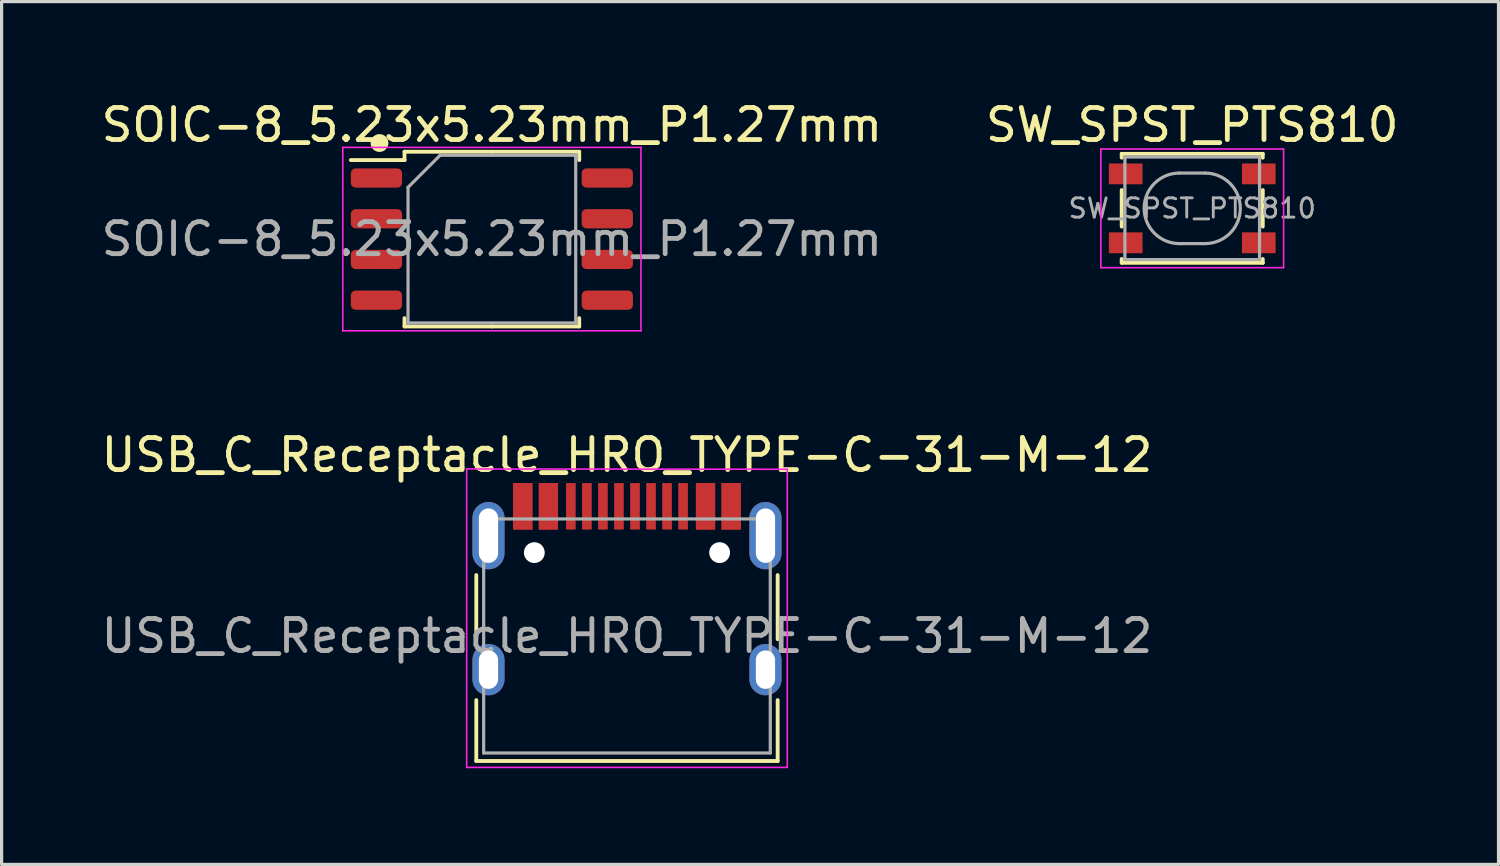
<source format=kicad_pcb>
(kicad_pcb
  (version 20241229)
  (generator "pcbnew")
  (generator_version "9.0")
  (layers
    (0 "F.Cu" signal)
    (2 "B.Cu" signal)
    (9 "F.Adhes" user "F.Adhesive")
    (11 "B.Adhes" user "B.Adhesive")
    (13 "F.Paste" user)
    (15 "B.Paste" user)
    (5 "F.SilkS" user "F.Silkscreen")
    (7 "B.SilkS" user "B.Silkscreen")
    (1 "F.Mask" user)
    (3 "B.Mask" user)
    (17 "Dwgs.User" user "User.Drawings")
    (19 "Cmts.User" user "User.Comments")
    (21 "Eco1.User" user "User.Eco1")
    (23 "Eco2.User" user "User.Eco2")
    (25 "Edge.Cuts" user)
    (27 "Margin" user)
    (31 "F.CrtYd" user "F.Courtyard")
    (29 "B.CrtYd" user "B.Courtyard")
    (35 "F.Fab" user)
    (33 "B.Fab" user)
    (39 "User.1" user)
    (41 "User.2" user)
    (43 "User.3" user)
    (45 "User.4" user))
  (footprint "SOIC-8_5.23x5.23mm_P1.27mm"
    (layer "F.Cu")
    (at 12.292 4.408)
    (property "Reference" "SOIC-8_5.23x5.23mm_P1.27mm" (at 0 -3.56 0) (layer "F.SilkS") (effects (font (size 1 1) (thickness 0.15))))
    (attr smd)
    (fp_line (start -2.725 -2.725) (end -2.725 -2.465) (stroke (width 0.12) (type solid)) (layer "F.SilkS"))
    (fp_line (start -2.725 -2.465) (end -4.4 -2.465) (stroke (width 0.12) (type solid)) (layer "F.SilkS"))
    (fp_line (start -2.725 2.725) (end -2.725 2.465) (stroke (width 0.12) (type solid)) (layer "F.SilkS"))
    (fp_line (start 0 -2.725) (end -2.725 -2.725) (stroke (width 0.12) (type solid)) (layer "F.SilkS"))
    (fp_line (start 0 -2.725) (end 2.725 -2.725) (stroke (width 0.12) (type solid)) (layer "F.SilkS"))
    (fp_line (start 0 2.725) (end -2.725 2.725) (stroke (width 0.12) (type solid)) (layer "F.SilkS"))
    (fp_line (start 0 2.725) (end 2.725 2.725) (stroke (width 0.12) (type solid)) (layer "F.SilkS"))
    (fp_line (start 2.725 -2.725) (end 2.725 -2.465) (stroke (width 0.12) (type solid)) (layer "F.SilkS"))
    (fp_line (start 2.725 2.725) (end 2.725 2.465) (stroke (width 0.12) (type solid)) (layer "F.SilkS"))
    (fp_circle (center -3.505 -2.997) (end -3.287 -2.997) (stroke (width 0.12) (type solid)) (fill yes) (layer "F.SilkS"))
    (fp_line (start -4.65 -2.86) (end -4.65 2.86) (stroke (width 0.05) (type solid)) (layer "F.CrtYd"))
    (fp_line (start -4.65 2.86) (end 4.65 2.86) (stroke (width 0.05) (type solid)) (layer "F.CrtYd"))
    (fp_line (start 4.65 -2.86) (end -4.65 -2.86) (stroke (width 0.05) (type solid)) (layer "F.CrtYd"))
    (fp_line (start 4.65 2.86) (end 4.65 -2.86) (stroke (width 0.05) (type solid)) (layer "F.CrtYd"))
    (fp_line (start -2.615 -1.615) (end -1.615 -2.615) (stroke (width 0.1) (type solid)) (layer "F.Fab"))
    (fp_line (start -2.615 2.615) (end -2.615 -1.615) (stroke (width 0.1) (type solid)) (layer "F.Fab"))
    (fp_line (start -1.615 -2.615) (end 2.615 -2.615) (stroke (width 0.1) (type solid)) (layer "F.Fab"))
    (fp_line (start 2.615 -2.615) (end 2.615 2.615) (stroke (width 0.1) (type solid)) (layer "F.Fab"))
    (fp_line (start 2.615 2.615) (end -2.615 2.615) (stroke (width 0.1) (type solid)) (layer "F.Fab"))
    (fp_text user "${REFERENCE}" (at 0 0 0) (layer "F.Fab") (effects (font (size 1 1) (thickness 0.15))))
    (pad "1" smd roundrect (at -3.6 -1.905) (size 1.6 0.6) (layers "F.Cu" "F.Mask" "F.Paste") (roundrect_rratio 0.25))
    (pad "2" smd roundrect (at -3.6 -0.635) (size 1.6 0.6) (layers "F.Cu" "F.Mask" "F.Paste") (roundrect_rratio 0.25))
    (pad "3" smd roundrect (at -3.6 0.635) (size 1.6 0.6) (layers "F.Cu" "F.Mask" "F.Paste") (roundrect_rratio 0.25))
    (pad "4" smd roundrect (at -3.6 1.905) (size 1.6 0.6) (layers "F.Cu" "F.Mask" "F.Paste") (roundrect_rratio 0.25))
    (pad "5" smd roundrect (at 3.6 1.905) (size 1.6 0.6) (layers "F.Cu" "F.Mask" "F.Paste") (roundrect_rratio 0.25))
    (pad "6" smd roundrect (at 3.6 0.635) (size 1.6 0.6) (layers "F.Cu" "F.Mask" "F.Paste") (roundrect_rratio 0.25))
    (pad "7" smd roundrect (at 3.6 -0.635) (size 1.6 0.6) (layers "F.Cu" "F.Mask" "F.Paste") (roundrect_rratio 0.25))
    (pad "8" smd roundrect (at 3.6 -1.905) (size 1.6 0.6) (layers "F.Cu" "F.Mask" "F.Paste") (roundrect_rratio 0.25)))
  (footprint "USB_C_Receptacle_HRO_TYPE-C-31-M-12"
    (layer "F.Cu")
    (at 16.506 16.787)
    (property "Reference" "USB_C_Receptacle_HRO_TYPE-C-31-M-12" (at 0 -5.645 0) (layer "F.SilkS") (effects (font (size 1 1) (thickness 0.15))))
    (attr smd)
    (fp_line (start -4.7 -1.9) (end -4.7 0.1) (stroke (width 0.12) (type solid)) (layer "F.SilkS"))
    (fp_line (start -4.7 2) (end -4.7 3.9) (stroke (width 0.12) (type solid)) (layer "F.SilkS"))
    (fp_line (start -4.7 3.9) (end 4.7 3.9) (stroke (width 0.12) (type solid)) (layer "F.SilkS"))
    (fp_line (start 4.7 -1.9) (end 4.7 0.1) (stroke (width 0.12) (type solid)) (layer "F.SilkS"))
    (fp_line (start 4.7 2) (end 4.7 3.9) (stroke (width 0.12) (type solid)) (layer "F.SilkS"))
    (fp_line (start -5 -5.21) (end -5 4.1) (stroke (width 0.05) (type solid)) (layer "F.CrtYd"))
    (fp_line (start -5 -5.21) (end 5 -5.2) (stroke (width 0.05) (type solid)) (layer "F.CrtYd"))
    (fp_line (start -5 4.1) (end 5 4.1) (stroke (width 0.05) (type solid)) (layer "F.CrtYd"))
    (fp_line (start 5 -5.2) (end 5 4.1) (stroke (width 0.05) (type solid)) (layer "F.CrtYd"))
    (fp_line (start -4.47 -3.65) (end -4.47 3.65) (stroke (width 0.1) (type solid)) (layer "F.Fab"))
    (fp_line (start -4.47 -3.65) (end 4.47 -3.65) (stroke (width 0.1) (type solid)) (layer "F.Fab"))
    (fp_line (start -4.47 3.65) (end 4.47 3.65) (stroke (width 0.1) (type solid)) (layer "F.Fab"))
    (fp_line (start 4.47 -3.65) (end 4.47 3.65) (stroke (width 0.1) (type solid)) (layer "F.Fab"))
    (fp_text user "${REFERENCE}" (at 0 0 0) (layer "F.Fab") (effects (font (size 1 1) (thickness 0.15))))
    (pad "" np_thru_hole circle (at -2.89 -2.6) (size 0.65 0.65) (drill 0.65) (layers "*.Cu" "*.Mask"))
    (pad "" np_thru_hole circle (at 2.89 -2.6) (size 0.65 0.65) (drill 0.65) (layers "*.Cu" "*.Mask"))
    (pad "A1" smd rect (at -3.25 -4.045) (size 0.6 1.45) (layers "F.Cu" "F.Mask" "F.Paste"))
    (pad "A4" smd rect (at -2.45 -4.045) (size 0.6 1.45) (layers "F.Cu" "F.Mask" "F.Paste"))
    (pad "A5" smd rect (at -1.25 -4.045) (size 0.3 1.45) (layers "F.Cu" "F.Mask" "F.Paste"))
    (pad "A6" smd rect (at -0.25 -4.045) (size 0.3 1.45) (layers "F.Cu" "F.Mask" "F.Paste"))
    (pad "A7" smd rect (at 0.25 -4.045) (size 0.3 1.45) (layers "F.Cu" "F.Mask" "F.Paste"))
    (pad "A8" smd rect (at 1.25 -4.045) (size 0.3 1.45) (layers "F.Cu" "F.Mask" "F.Paste"))
    (pad "A9" smd rect (at 2.45 -4.045) (size 0.6 1.45) (layers "F.Cu" "F.Mask" "F.Paste"))
    (pad "A12" smd rect (at 3.25 -4.045) (size 0.6 1.45) (layers "F.Cu" "F.Mask" "F.Paste"))
    (pad "B1" smd rect (at 3.25 -4.045) (size 0.6 1.45) (layers "F.Cu" "F.Mask" "F.Paste"))
    (pad "B4" smd rect (at 2.45 -4.045) (size 0.6 1.45) (layers "F.Cu" "F.Mask" "F.Paste"))
    (pad "B5" smd rect (at 1.75 -4.045) (size 0.3 1.45) (layers "F.Cu" "F.Mask" "F.Paste"))
    (pad "B6" smd rect (at 0.75 -4.045) (size 0.3 1.45) (layers "F.Cu" "F.Mask" "F.Paste"))
    (pad "B7" smd rect (at -0.75 -4.045) (size 0.3 1.45) (layers "F.Cu" "F.Mask" "F.Paste"))
    (pad "B8" smd rect (at -1.75 -4.045) (size 0.3 1.45) (layers "F.Cu" "F.Mask" "F.Paste"))
    (pad "B9" smd rect (at -2.45 -4.045) (size 0.6 1.45) (layers "F.Cu" "F.Mask" "F.Paste"))
    (pad "B12" smd rect (at -3.25 -4.045) (size 0.6 1.45) (layers "F.Cu" "F.Mask" "F.Paste"))
    (pad "S1" thru_hole oval (at -4.32 -3.13) (size 1 2.1) (drill oval 0.6 1.7) (layers "*.Cu" "*.Mask"))
    (pad "S1" thru_hole oval (at -4.32 1.05) (size 1 1.6) (drill oval 0.6 1.2) (layers "*.Cu" "*.Mask"))
    (pad "S1" thru_hole oval (at 4.32 -3.13) (size 1 2.1) (drill oval 0.6 1.7) (layers "*.Cu" "*.Mask"))
    (pad "S1" thru_hole oval (at 4.32 1.05) (size 1 1.6) (drill oval 0.6 1.2) (layers "*.Cu" "*.Mask")))
  (footprint "SW_SPST_PTS810"
    (layer "F.Cu")
    (at 34.137 3.448)
    (property "Reference" "SW_SPST_PTS810" (at 0 -2.6 0) (layer "F.SilkS") (effects (font (size 1 1) (thickness 0.15))))
    (attr smd)
    (fp_line (start -2.2 -1.7) (end -2.2 -1.58) (stroke (width 0.12) (type solid)) (layer "F.SilkS"))
    (fp_line (start -2.2 -0.57) (end -2.2 0.57) (stroke (width 0.12) (type solid)) (layer "F.SilkS"))
    (fp_line (start -2.2 1.58) (end -2.2 1.7) (stroke (width 0.12) (type solid)) (layer "F.SilkS"))
    (fp_line (start -2.2 1.7) (end 2.2 1.7) (stroke (width 0.12) (type solid)) (layer "F.SilkS"))
    (fp_line (start 2.2 -1.7) (end -2.2 -1.7) (stroke (width 0.12) (type solid)) (layer "F.SilkS"))
    (fp_line (start 2.2 -1.58) (end 2.2 -1.7) (stroke (width 0.12) (type solid)) (layer "F.SilkS"))
    (fp_line (start 2.2 0.57) (end 2.2 -0.57) (stroke (width 0.12) (type solid)) (layer "F.SilkS"))
    (fp_line (start 2.2 1.7) (end 2.2 1.58) (stroke (width 0.12) (type solid)) (layer "F.SilkS"))
    (fp_line (start -2.85 -1.85) (end 2.85 -1.85) (stroke (width 0.05) (type solid)) (layer "F.CrtYd"))
    (fp_line (start -2.85 1.85) (end -2.85 -1.85) (stroke (width 0.05) (type solid)) (layer "F.CrtYd"))
    (fp_line (start 2.85 -1.85) (end 2.85 1.85) (stroke (width 0.05) (type solid)) (layer "F.CrtYd"))
    (fp_line (start 2.85 1.85) (end -2.85 1.85) (stroke (width 0.05) (type solid)) (layer "F.CrtYd"))
    (fp_line (start -2.1 -1.6) (end -2.1 1.6) (stroke (width 0.1) (type solid)) (layer "F.Fab"))
    (fp_line (start -2.1 1.6) (end 2.1 1.6) (stroke (width 0.1) (type solid)) (layer "F.Fab"))
    (fp_line (start -0.4 -1.1) (end 0.4 -1.1) (stroke (width 0.1) (type solid)) (layer "F.Fab"))
    (fp_line (start 0.4 1.1) (end -0.4 1.1) (stroke (width 0.1) (type solid)) (layer "F.Fab"))
    (fp_line (start 2.1 -1.6) (end -2.1 -1.6) (stroke (width 0.1) (type solid)) (layer "F.Fab"))
    (fp_line (start 2.1 1.6) (end 2.1 -1.6) (stroke (width 0.1) (type solid)) (layer "F.Fab"))
    (fp_arc (start -0.4 1.1) (mid -1.5 0) (end -0.4 -1.1) (stroke (width 0.1) (type solid)) (layer "F.Fab"))
    (fp_arc (start 0.4 -1.1) (mid 1.5 0) (end 0.4 1.1) (stroke (width 0.1) (type solid)) (layer "F.Fab"))
    (fp_text user "${REFERENCE}" (at 0 0 0) (layer "F.Fab") (effects (font (size 0.6 0.6) (thickness 0.09))))
    (pad "1" smd rect (at -2.075 -1.075) (size 1.05 0.65) (layers "F.Cu" "F.Mask" "F.Paste"))
    (pad "2" smd rect (at -2.075 1.075) (size 1.05 0.65) (layers "F.Cu" "F.Mask" "F.Paste"))
    (pad "3" smd rect (at 2.075 -1.075) (size 1.05 0.65) (layers "F.Cu" "F.Mask" "F.Paste"))
    (pad "4" smd rect (at 2.075 1.075) (size 1.05 0.65) (layers "F.Cu" "F.Mask" "F.Paste")))
  (gr_rect
    (start -3 -3)
    (end 43.69 23.912)
    (stroke (width 0.1) (type default))
    (fill no)
    (layer "Edge.Cuts")))
</source>
